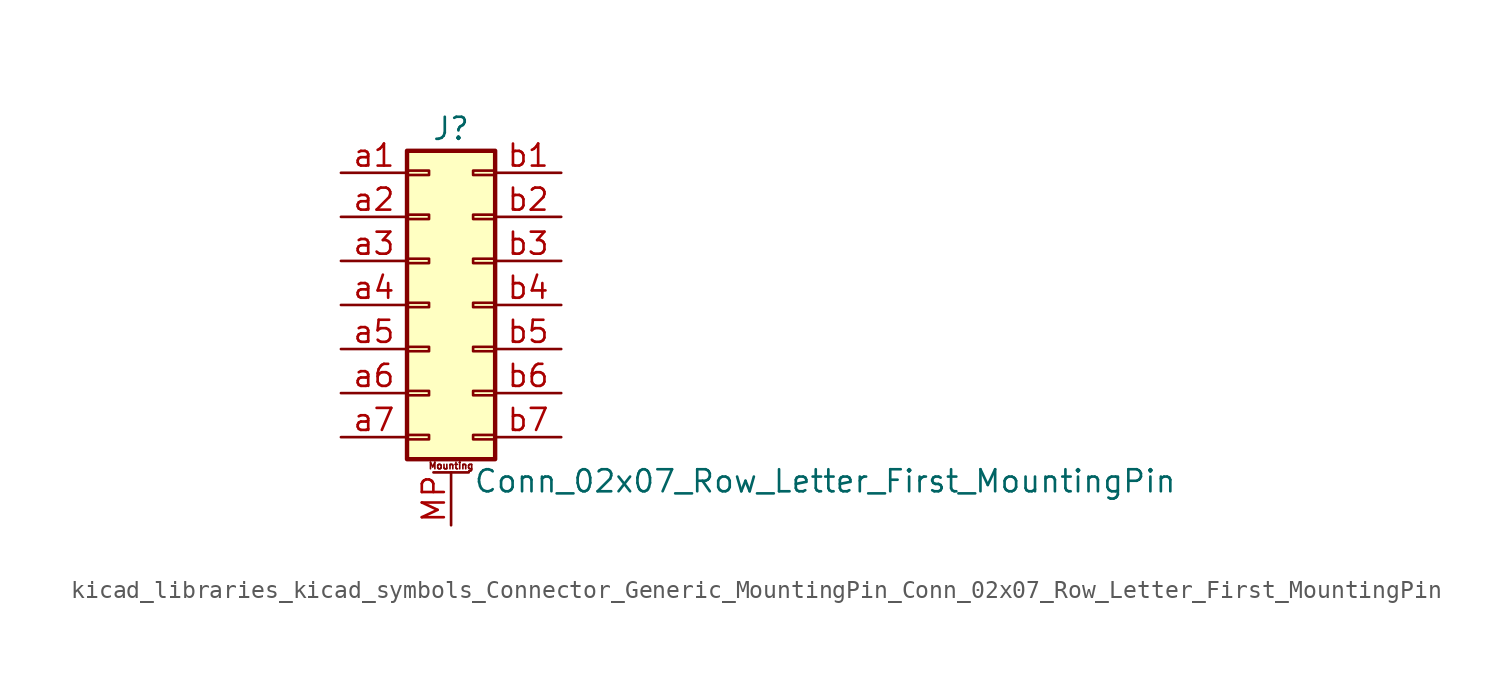
<source format=kicad_sym>
(kicad_symbol_lib
  (version 20220914)
  (generator kicad_symbol_editor)
  (symbol "kicad_libraries_kicad_symbols_Connector_Generic_MountingPin_Conn_02x07_Row_Letter_First_MountingPin"
    (pin_names
      (offset 1.016) hide)
    (property "Reference" "J"
      (at 1.27 10.16 0)
      (effects (font (size 1.27 1.27))))
    (property "Value" "Conn_02x07_Row_Letter_First_MountingPin"
      (at 2.54 -10.16 0)
      (effects (font (size 1.27 1.27)) (justify left)))
    (symbol "kicad_libraries_kicad_symbols_Connector_Generic_MountingPin_Conn_02x07_Row_Letter_First_MountingPin_1_1"
      (rectangle (start -1.27 -7.493) (end 0 -7.747) (stroke (width 0.152) (type default)) (fill (type none)))
      (rectangle (start -1.27 -4.953) (end 0 -5.207) (stroke (width 0.152) (type default)) (fill (type none)))
      (rectangle (start -1.27 -2.413) (end 0 -2.667) (stroke (width 0.152) (type default)) (fill (type none)))
      (rectangle (start -1.27 0.127) (end 0 -0.127) (stroke (width 0.152) (type default)) (fill (type none)))
      (rectangle (start -1.27 2.667) (end 0 2.413) (stroke (width 0.152) (type default)) (fill (type none)))
      (rectangle (start -1.27 5.207) (end 0 4.953) (stroke (width 0.152) (type default)) (fill (type none)))
      (rectangle (start -1.27 7.747) (end 0 7.493) (stroke (width 0.152) (type default)) (fill (type none)))
      (rectangle (start -1.27 8.89) (end 3.81 -8.89) (stroke (width 0.254) (type default)) (fill (type background)))
      (polyline (pts (xy 0.254 -9.652) (xy 2.286 -9.652)) (stroke (width 0.152) (type default)) (fill (type none)))
      (rectangle (start 3.81 -7.493) (end 2.54 -7.747) (stroke (width 0.152) (type default)) (fill (type none)))
      (rectangle (start 3.81 -4.953) (end 2.54 -5.207) (stroke (width 0.152) (type default)) (fill (type none)))
      (rectangle (start 3.81 -2.413) (end 2.54 -2.667) (stroke (width 0.152) (type default)) (fill (type none)))
      (rectangle (start 3.81 0.127) (end 2.54 -0.127) (stroke (width 0.152) (type default)) (fill (type none)))
      (rectangle (start 3.81 2.667) (end 2.54 2.413) (stroke (width 0.152) (type default)) (fill (type none)))
      (rectangle (start 3.81 5.207) (end 2.54 4.953) (stroke (width 0.152) (type default)) (fill (type none)))
      (rectangle (start 3.81 7.747) (end 2.54 7.493) (stroke (width 0.152) (type default)) (fill (type none)))
      (text "Mounting" (at 1.27 -9.271 0) (effects (font (size 0.381 0.381))))
      (pin passive line (at 1.27 -12.7 90) (length 3.048) (name "MountPin" (effects (font (size 1.27 1.27)))) (number "MP" (effects (font (size 1.27 1.27)))))
      (pin passive line (at -5.08 7.62 0) (length 3.81) (name "Pin_a1" (effects (font (size 1.27 1.27)))) (number "a1" (effects (font (size 1.27 1.27)))))
      (pin passive line (at -5.08 5.08 0) (length 3.81) (name "Pin_a2" (effects (font (size 1.27 1.27)))) (number "a2" (effects (font (size 1.27 1.27)))))
      (pin passive line (at -5.08 2.54 0) (length 3.81) (name "Pin_a3" (effects (font (size 1.27 1.27)))) (number "a3" (effects (font (size 1.27 1.27)))))
      (pin passive line (at -5.08 0 0) (length 3.81) (name "Pin_a4" (effects (font (size 1.27 1.27)))) (number "a4" (effects (font (size 1.27 1.27)))))
      (pin passive line (at -5.08 -2.54 0) (length 3.81) (name "Pin_a5" (effects (font (size 1.27 1.27)))) (number "a5" (effects (font (size 1.27 1.27)))))
      (pin passive line (at -5.08 -5.08 0) (length 3.81) (name "Pin_a6" (effects (font (size 1.27 1.27)))) (number "a6" (effects (font (size 1.27 1.27)))))
      (pin passive line (at -5.08 -7.62 0) (length 3.81) (name "Pin_a7" (effects (font (size 1.27 1.27)))) (number "a7" (effects (font (size 1.27 1.27)))))
      (pin passive line (at 7.62 7.62 180) (length 3.81) (name "Pin_b1" (effects (font (size 1.27 1.27)))) (number "b1" (effects (font (size 1.27 1.27)))))
      (pin passive line (at 7.62 5.08 180) (length 3.81) (name "Pin_b2" (effects (font (size 1.27 1.27)))) (number "b2" (effects (font (size 1.27 1.27)))))
      (pin passive line (at 7.62 2.54 180) (length 3.81) (name "Pin_b3" (effects (font (size 1.27 1.27)))) (number "b3" (effects (font (size 1.27 1.27)))))
      (pin passive line (at 7.62 0 180) (length 3.81) (name "Pin_b4" (effects (font (size 1.27 1.27)))) (number "b4" (effects (font (size 1.27 1.27)))))
      (pin passive line (at 7.62 -2.54 180) (length 3.81) (name "Pin_b5" (effects (font (size 1.27 1.27)))) (number "b5" (effects (font (size 1.27 1.27)))))
      (pin passive line (at 7.62 -5.08 180) (length 3.81) (name "Pin_b6" (effects (font (size 1.27 1.27)))) (number "b6" (effects (font (size 1.27 1.27)))))
      (pin passive line (at 7.62 -7.62 180) (length 3.81) (name "Pin_b7" (effects (font (size 1.27 1.27)))) (number "b7" (effects (font (size 1.27 1.27))))))))
</source>
